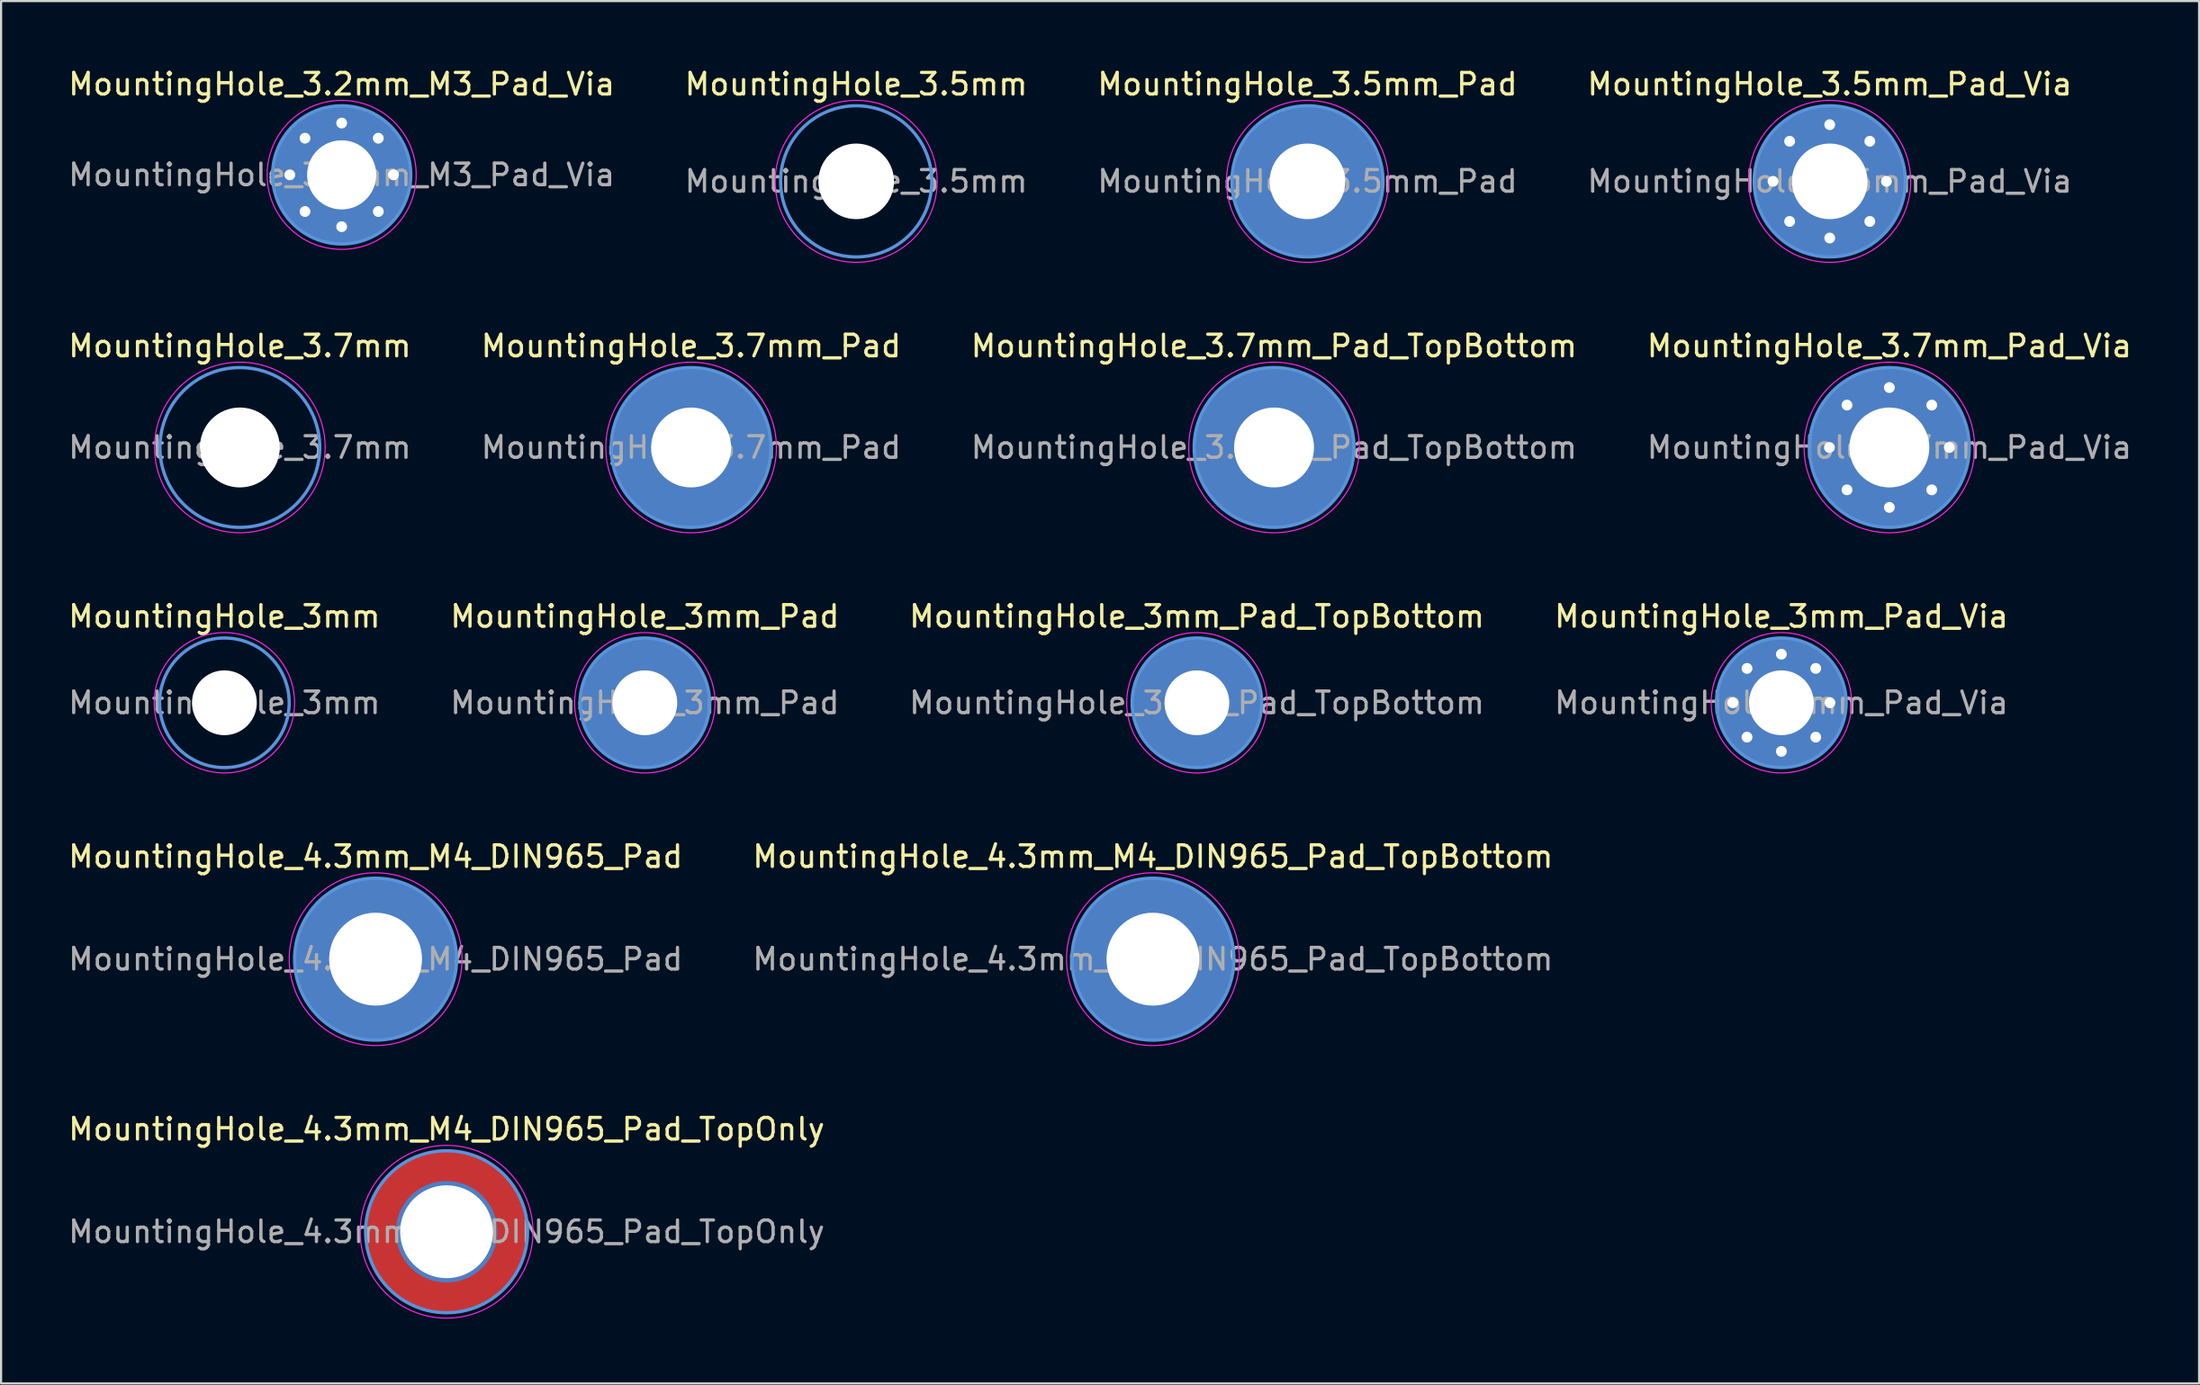
<source format=kicad_pcb>
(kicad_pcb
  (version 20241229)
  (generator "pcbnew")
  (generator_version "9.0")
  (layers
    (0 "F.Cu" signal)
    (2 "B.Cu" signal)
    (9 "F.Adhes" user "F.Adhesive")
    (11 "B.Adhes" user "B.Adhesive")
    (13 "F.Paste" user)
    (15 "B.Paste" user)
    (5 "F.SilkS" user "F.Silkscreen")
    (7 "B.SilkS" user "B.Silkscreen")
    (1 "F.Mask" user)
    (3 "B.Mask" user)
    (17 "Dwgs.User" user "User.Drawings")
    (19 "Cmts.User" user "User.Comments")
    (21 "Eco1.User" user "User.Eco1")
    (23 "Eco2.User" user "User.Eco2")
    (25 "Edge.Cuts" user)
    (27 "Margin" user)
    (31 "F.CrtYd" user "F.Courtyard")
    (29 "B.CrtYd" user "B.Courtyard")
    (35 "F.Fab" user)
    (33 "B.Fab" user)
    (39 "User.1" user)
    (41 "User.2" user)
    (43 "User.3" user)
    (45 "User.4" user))
  (footprint "MountingHole_3mm_Pad"
    (layer "F.Cu")
    (at 26.804 29.495)
    (property "Reference" "MountingHole_3mm_Pad" (at 0 -4 0) (layer "F.SilkS") (effects (font (size 1 1) (thickness 0.15))))
    (attr through_hole exclude_from_pos_files exclude_from_bom)
    (fp_circle (center 0 0) (end 3 0) (stroke (width 0.15) (type solid)) (fill no) (layer "Cmts.User"))
    (fp_circle (center 0 0) (end 3.25 0) (stroke (width 0.05) (type solid)) (fill no) (layer "F.CrtYd"))
    (fp_text user "${REFERENCE}" (at 0 0 0) (layer "F.Fab") (effects (font (size 1 1) (thickness 0.15))))
    (pad "" thru_hole circle (at 0 0) (size 6 6) (drill 3) (layers "*.Cu" "*.Mask")))
  (footprint "MountingHole_3.7mm_Pad_TopBottom"
    (layer "F.Cu")
    (at 55.935 17.672)
    (property "Reference" "MountingHole_3.7mm_Pad_TopBottom" (at 0 -4.7 0) (layer "F.SilkS") (effects (font (size 1 1) (thickness 0.15))))
    (attr exclude_from_pos_files exclude_from_bom)
    (fp_circle (center 0 0) (end 3.7 0) (stroke (width 0.15) (type solid)) (fill no) (layer "Cmts.User"))
    (fp_circle (center 0 0) (end 3.95 0) (stroke (width 0.05) (type solid)) (fill no) (layer "F.CrtYd"))
    (fp_text user "${REFERENCE}" (at 0 0 0) (layer "F.Fab") (effects (font (size 1 1) (thickness 0.15))))
    (pad "" thru_hole circle (at 0 0) (size 4.1 4.1) (drill 3.7) (layers "*.Cu" "*.Mask"))
    (pad "" connect circle (at 0 0) (size 7.4 7.4) (layers "F.Cu" "F.Mask"))
    (pad "" connect circle (at 0 0) (size 7.4 7.4) (layers "B.Cu" "B.Mask")))
  (footprint "MountingHole_4.3mm_M4_DIN965_Pad_TopBottom"
    (layer "F.Cu")
    (at 50.327 41.368)
    (property "Reference" "MountingHole_4.3mm_M4_DIN965_Pad_TopBottom" (at 0 -4.75 0) (layer "F.SilkS") (effects (font (size 1 1) (thickness 0.15))))
    (attr through_hole exclude_from_pos_files exclude_from_bom)
    (fp_circle (center 0 0) (end 3.75 0) (stroke (width 0.15) (type solid)) (fill no) (layer "Cmts.User"))
    (fp_circle (center 0 0) (end 4 0) (stroke (width 0.05) (type solid)) (fill no) (layer "F.CrtYd"))
    (fp_text user "${REFERENCE}" (at 0 0 0) (layer "F.Fab") (effects (font (size 1 1) (thickness 0.15))))
    (pad "" thru_hole circle (at 0 0) (size 4.7 4.7) (drill 4.3) (layers "*.Cu" "*.Mask"))
    (pad "" connect circle (at 0 0) (size 7.5 7.5) (layers "F.Cu" "F.Mask"))
    (pad "" connect circle (at 0 0) (size 7.5 7.5) (layers "B.Cu" "B.Mask")))
  (footprint "MountingHole_3mm_Pad_TopBottom"
    (layer "F.Cu")
    (at 52.363 29.495)
    (property "Reference" "MountingHole_3mm_Pad_TopBottom" (at 0 -4 0) (layer "F.SilkS") (effects (font (size 1 1) (thickness 0.15))))
    (attr exclude_from_pos_files exclude_from_bom)
    (fp_circle (center 0 0) (end 3 0) (stroke (width 0.15) (type solid)) (fill no) (layer "Cmts.User"))
    (fp_circle (center 0 0) (end 3.25 0) (stroke (width 0.05) (type solid)) (fill no) (layer "F.CrtYd"))
    (fp_text user "${REFERENCE}" (at 0 0 0) (layer "F.Fab") (effects (font (size 1 1) (thickness 0.15))))
    (pad "" thru_hole circle (at 0 0) (size 3.4 3.4) (drill 3) (layers "*.Cu" "*.Mask"))
    (pad "" connect circle (at 0 0) (size 6 6) (layers "F.Cu" "F.Mask"))
    (pad "" connect circle (at 0 0) (size 6 6) (layers "B.Cu" "B.Mask")))
  (footprint "MountingHole_3mm"
    (layer "F.Cu")
    (at 7.339 29.495)
    (property "Reference" "MountingHole_3mm" (at 0 -4 0) (layer "F.SilkS") (effects (font (size 1 1) (thickness 0.15))))
    (attr through_hole exclude_from_pos_files exclude_from_bom)
    (fp_circle (center 0 0) (end 3 0) (stroke (width 0.15) (type solid)) (fill no) (layer "Cmts.User"))
    (fp_circle (center 0 0) (end 3.25 0) (stroke (width 0.05) (type solid)) (fill no) (layer "F.CrtYd"))
    (fp_text user "${REFERENCE}" (at 0 0 0) (layer "F.Fab") (effects (font (size 1 1) (thickness 0.15))))
    (pad "" np_thru_hole circle (at 0 0) (size 3 3) (drill 3) (layers "*.Cu" "*.Mask")))
  (footprint "MountingHole_3.7mm"
    (layer "F.Cu")
    (at 8.054 17.672)
    (property "Reference" "MountingHole_3.7mm" (at 0 -4.7 0) (layer "F.SilkS") (effects (font (size 1 1) (thickness 0.15))))
    (attr through_hole exclude_from_pos_files exclude_from_bom)
    (fp_circle (center 0 0) (end 3.7 0) (stroke (width 0.15) (type solid)) (fill no) (layer "Cmts.User"))
    (fp_circle (center 0 0) (end 3.95 0) (stroke (width 0.05) (type solid)) (fill no) (layer "F.CrtYd"))
    (fp_text user "${REFERENCE}" (at 0 0 0) (layer "F.Fab") (effects (font (size 1 1) (thickness 0.15))))
    (pad "" np_thru_hole circle (at 0 0) (size 3.7 3.7) (drill 3.7) (layers "*.Cu" "*.Mask")))
  (footprint "MountingHole_3.5mm"
    (layer "F.Cu")
    (at 36.589 5.348)
    (property "Reference" "MountingHole_3.5mm" (at 0 -4.5 0) (layer "F.SilkS") (effects (font (size 1 1) (thickness 0.15))))
    (attr through_hole exclude_from_pos_files exclude_from_bom)
    (fp_circle (center 0 0) (end 3.5 0) (stroke (width 0.15) (type solid)) (fill no) (layer "Cmts.User"))
    (fp_circle (center 0 0) (end 3.75 0) (stroke (width 0.05) (type solid)) (fill no) (layer "F.CrtYd"))
    (fp_text user "${REFERENCE}" (at 0 0 0) (layer "F.Fab") (effects (font (size 1 1) (thickness 0.15))))
    (pad "" np_thru_hole circle (at 0 0) (size 3.5 3.5) (drill 3.5) (layers "*.Cu" "*.Mask")))
  (footprint "MountingHole_3mm_Pad_Via"
    (layer "F.Cu")
    (at 79.423 29.495)
    (property "Reference" "MountingHole_3mm_Pad_Via" (at 0 -4 0) (layer "F.SilkS") (effects (font (size 1 1) (thickness 0.15))))
    (attr exclude_from_pos_files exclude_from_bom)
    (fp_circle (center 0 0) (end 3 0) (stroke (width 0.15) (type solid)) (fill no) (layer "Cmts.User"))
    (fp_circle (center 0 0) (end 3.25 0) (stroke (width 0.05) (type solid)) (fill no) (layer "F.CrtYd"))
    (fp_text user "${REFERENCE}" (at 0 0 0) (layer "F.Fab") (effects (font (size 1 1) (thickness 0.15))))
    (pad "" thru_hole circle (at -2.25 0) (size 0.8 0.8) (drill 0.5) (layers "*.Cu" "*.Mask"))
    (pad "" thru_hole circle (at -1.591 -1.591) (size 0.8 0.8) (drill 0.5) (layers "*.Cu" "*.Mask"))
    (pad "" thru_hole circle (at -1.591 1.591) (size 0.8 0.8) (drill 0.5) (layers "*.Cu" "*.Mask"))
    (pad "" thru_hole circle (at 0 -2.25) (size 0.8 0.8) (drill 0.5) (layers "*.Cu" "*.Mask"))
    (pad "" thru_hole circle (at 0 0) (size 6 6) (drill 3) (layers "*.Cu" "*.Mask"))
    (pad "" thru_hole circle (at 0 2.25) (size 0.8 0.8) (drill 0.5) (layers "*.Cu" "*.Mask"))
    (pad "" thru_hole circle (at 1.591 -1.591) (size 0.8 0.8) (drill 0.5) (layers "*.Cu" "*.Mask"))
    (pad "" thru_hole circle (at 1.591 1.591) (size 0.8 0.8) (drill 0.5) (layers "*.Cu" "*.Mask"))
    (pad "" thru_hole circle (at 2.25 0) (size 0.8 0.8) (drill 0.5) (layers "*.Cu" "*.Mask")))
  (footprint "MountingHole_3.2mm_M3_Pad_Via"
    (layer "F.Cu")
    (at 12.768 5.048)
    (property "Reference" "MountingHole_3.2mm_M3_Pad_Via" (at 0 -4.2 0) (layer "F.SilkS") (effects (font (size 1 1) (thickness 0.15))))
    (attr through_hole exclude_from_pos_files exclude_from_bom)
    (fp_circle (center 0 0) (end 3.2 0) (stroke (width 0.15) (type solid)) (fill no) (layer "Cmts.User"))
    (fp_circle (center 0 0) (end 3.45 0) (stroke (width 0.05) (type solid)) (fill no) (layer "F.CrtYd"))
    (fp_text user "${REFERENCE}" (at 0 0 0) (layer "F.Fab") (effects (font (size 1 1) (thickness 0.15))))
    (pad "" thru_hole circle (at -2.4 0) (size 0.8 0.8) (drill 0.5) (layers "*.Cu" "*.Mask"))
    (pad "" thru_hole circle (at -1.697 -1.697) (size 0.8 0.8) (drill 0.5) (layers "*.Cu" "*.Mask"))
    (pad "" thru_hole circle (at -1.697 1.697) (size 0.8 0.8) (drill 0.5) (layers "*.Cu" "*.Mask"))
    (pad "" thru_hole circle (at 0 -2.4) (size 0.8 0.8) (drill 0.5) (layers "*.Cu" "*.Mask"))
    (pad "" thru_hole circle (at 0 0) (size 6.4 6.4) (drill 3.2) (layers "*.Cu" "*.Mask"))
    (pad "" thru_hole circle (at 0 2.4) (size 0.8 0.8) (drill 0.5) (layers "*.Cu" "*.Mask"))
    (pad "" thru_hole circle (at 1.697 -1.697) (size 0.8 0.8) (drill 0.5) (layers "*.Cu" "*.Mask"))
    (pad "" thru_hole circle (at 1.697 1.697) (size 0.8 0.8) (drill 0.5) (layers "*.Cu" "*.Mask"))
    (pad "" thru_hole circle (at 2.4 0) (size 0.8 0.8) (drill 0.5) (layers "*.Cu" "*.Mask")))
  (footprint "MountingHole_4.3mm_M4_DIN965_Pad_TopOnly"
    (layer "F.Cu")
    (at 17.625 53.991)
    (property "Reference" "MountingHole_4.3mm_M4_DIN965_Pad_TopOnly" (at 0 -4.75 0) (layer "F.SilkS") (effects (font (size 1 1) (thickness 0.15))))
    (attr through_hole exclude_from_pos_files exclude_from_bom)
    (fp_circle (center 0 0) (end 3.75 0) (stroke (width 0.15) (type solid)) (fill no) (layer "Cmts.User"))
    (fp_circle (center 0 0) (end 4 0) (stroke (width 0.05) (type solid)) (fill no) (layer "F.CrtYd"))
    (fp_text user "${REFERENCE}" (at 0 0 0) (layer "F.Fab") (effects (font (size 1 1) (thickness 0.15))))
    (pad "" thru_hole circle (at 0 0) (size 4.7 4.7) (drill 4.3) (layers "*.Cu" "*.Mask"))
    (pad "" connect circle (at 0 0) (size 7.5 7.5) (layers "F.Cu" "F.Mask")))
  (footprint "MountingHole_3.5mm_Pad_Via"
    (layer "F.Cu")
    (at 81.661 5.348)
    (property "Reference" "MountingHole_3.5mm_Pad_Via" (at 0 -4.5 0) (layer "F.SilkS") (effects (font (size 1 1) (thickness 0.15))))
    (attr exclude_from_pos_files exclude_from_bom)
    (fp_circle (center 0 0) (end 3.5 0) (stroke (width 0.15) (type solid)) (fill no) (layer "Cmts.User"))
    (fp_circle (center 0 0) (end 3.75 0) (stroke (width 0.05) (type solid)) (fill no) (layer "F.CrtYd"))
    (fp_text user "${REFERENCE}" (at 0 0 0) (layer "F.Fab") (effects (font (size 1 1) (thickness 0.15))))
    (pad "" thru_hole circle (at -2.625 0) (size 0.8 0.8) (drill 0.5) (layers "*.Cu" "*.Mask"))
    (pad "" thru_hole circle (at -1.856 -1.856) (size 0.8 0.8) (drill 0.5) (layers "*.Cu" "*.Mask"))
    (pad "" thru_hole circle (at -1.856 1.856) (size 0.8 0.8) (drill 0.5) (layers "*.Cu" "*.Mask"))
    (pad "" thru_hole circle (at 0 -2.625) (size 0.8 0.8) (drill 0.5) (layers "*.Cu" "*.Mask"))
    (pad "" thru_hole circle (at 0 0) (size 7 7) (drill 3.5) (layers "*.Cu" "*.Mask"))
    (pad "" thru_hole circle (at 0 2.625) (size 0.8 0.8) (drill 0.5) (layers "*.Cu" "*.Mask"))
    (pad "" thru_hole circle (at 1.856 -1.856) (size 0.8 0.8) (drill 0.5) (layers "*.Cu" "*.Mask"))
    (pad "" thru_hole circle (at 1.856 1.856) (size 0.8 0.8) (drill 0.5) (layers "*.Cu" "*.Mask"))
    (pad "" thru_hole circle (at 2.625 0) (size 0.8 0.8) (drill 0.5) (layers "*.Cu" "*.Mask")))
  (footprint "MountingHole_3.7mm_Pad_Via"
    (layer "F.Cu")
    (at 84.423 17.672)
    (property "Reference" "MountingHole_3.7mm_Pad_Via" (at 0 -4.7 0) (layer "F.SilkS") (effects (font (size 1 1) (thickness 0.15))))
    (attr exclude_from_pos_files exclude_from_bom)
    (fp_circle (center 0 0) (end 3.7 0) (stroke (width 0.15) (type solid)) (fill no) (layer "Cmts.User"))
    (fp_circle (center 0 0) (end 3.95 0) (stroke (width 0.05) (type solid)) (fill no) (layer "F.CrtYd"))
    (fp_text user "${REFERENCE}" (at 0 0 0) (layer "F.Fab") (effects (font (size 1 1) (thickness 0.15))))
    (pad "" thru_hole circle (at -2.775 0) (size 0.8 0.8) (drill 0.5) (layers "*.Cu" "*.Mask"))
    (pad "" thru_hole circle (at -1.962 -1.962) (size 0.8 0.8) (drill 0.5) (layers "*.Cu" "*.Mask"))
    (pad "" thru_hole circle (at -1.962 1.962) (size 0.8 0.8) (drill 0.5) (layers "*.Cu" "*.Mask"))
    (pad "" thru_hole circle (at 0 -2.775) (size 0.8 0.8) (drill 0.5) (layers "*.Cu" "*.Mask"))
    (pad "" thru_hole circle (at 0 0) (size 7.4 7.4) (drill 3.7) (layers "*.Cu" "*.Mask"))
    (pad "" thru_hole circle (at 0 2.775) (size 0.8 0.8) (drill 0.5) (layers "*.Cu" "*.Mask"))
    (pad "" thru_hole circle (at 1.962 -1.962) (size 0.8 0.8) (drill 0.5) (layers "*.Cu" "*.Mask"))
    (pad "" thru_hole circle (at 1.962 1.962) (size 0.8 0.8) (drill 0.5) (layers "*.Cu" "*.Mask"))
    (pad "" thru_hole circle (at 2.775 0) (size 0.8 0.8) (drill 0.5) (layers "*.Cu" "*.Mask")))
  (footprint "MountingHole_4.3mm_M4_DIN965_Pad"
    (layer "F.Cu")
    (at 14.339 41.368)
    (property "Reference" "MountingHole_4.3mm_M4_DIN965_Pad" (at 0 -4.75 0) (layer "F.SilkS") (effects (font (size 1 1) (thickness 0.15))))
    (attr exclude_from_pos_files exclude_from_bom)
    (fp_circle (center 0 0) (end 3.75 0) (stroke (width 0.15) (type solid)) (fill no) (layer "Cmts.User"))
    (fp_circle (center 0 0) (end 4 0) (stroke (width 0.05) (type solid)) (fill no) (layer "F.CrtYd"))
    (fp_text user "${REFERENCE}" (at 0 0 0) (layer "F.Fab") (effects (font (size 1 1) (thickness 0.15))))
    (pad "1" thru_hole circle (at 0 0) (size 7.5 7.5) (drill 4.3) (layers "*.Cu" "*.Mask")))
  (footprint "MountingHole_3.5mm_Pad"
    (layer "F.Cu")
    (at 57.482 5.348)
    (property "Reference" "MountingHole_3.5mm_Pad" (at 0 -4.5 0) (layer "F.SilkS") (effects (font (size 1 1) (thickness 0.15))))
    (attr exclude_from_pos_files exclude_from_bom)
    (fp_circle (center 0 0) (end 3.5 0) (stroke (width 0.15) (type solid)) (fill no) (layer "Cmts.User"))
    (fp_circle (center 0 0) (end 3.75 0) (stroke (width 0.05) (type solid)) (fill no) (layer "F.CrtYd"))
    (fp_text user "${REFERENCE}" (at 0 0 0) (layer "F.Fab") (effects (font (size 1 1) (thickness 0.15))))
    (pad "1" thru_hole circle (at 0 0) (size 7 7) (drill 3.5) (layers "*.Cu" "*.Mask")))
  (footprint "MountingHole_3.7mm_Pad"
    (layer "F.Cu")
    (at 28.946 17.672)
    (property "Reference" "MountingHole_3.7mm_Pad" (at 0 -4.7 0) (layer "F.SilkS") (effects (font (size 1 1) (thickness 0.15))))
    (attr exclude_from_pos_files exclude_from_bom)
    (fp_circle (center 0 0) (end 3.7 0) (stroke (width 0.15) (type solid)) (fill no) (layer "Cmts.User"))
    (fp_circle (center 0 0) (end 3.95 0) (stroke (width 0.05) (type solid)) (fill no) (layer "F.CrtYd"))
    (fp_text user "${REFERENCE}" (at 0 0 0) (layer "F.Fab") (effects (font (size 1 1) (thickness 0.15))))
    (pad "1" thru_hole circle (at 0 0) (size 7.4 7.4) (drill 3.7) (layers "*.Cu" "*.Mask")))
  (gr_rect
    (start -3 -3)
    (end 98.762 61.016)
    (stroke (width 0.1) (type default))
    (fill no)
    (layer "Edge.Cuts")))
</source>
